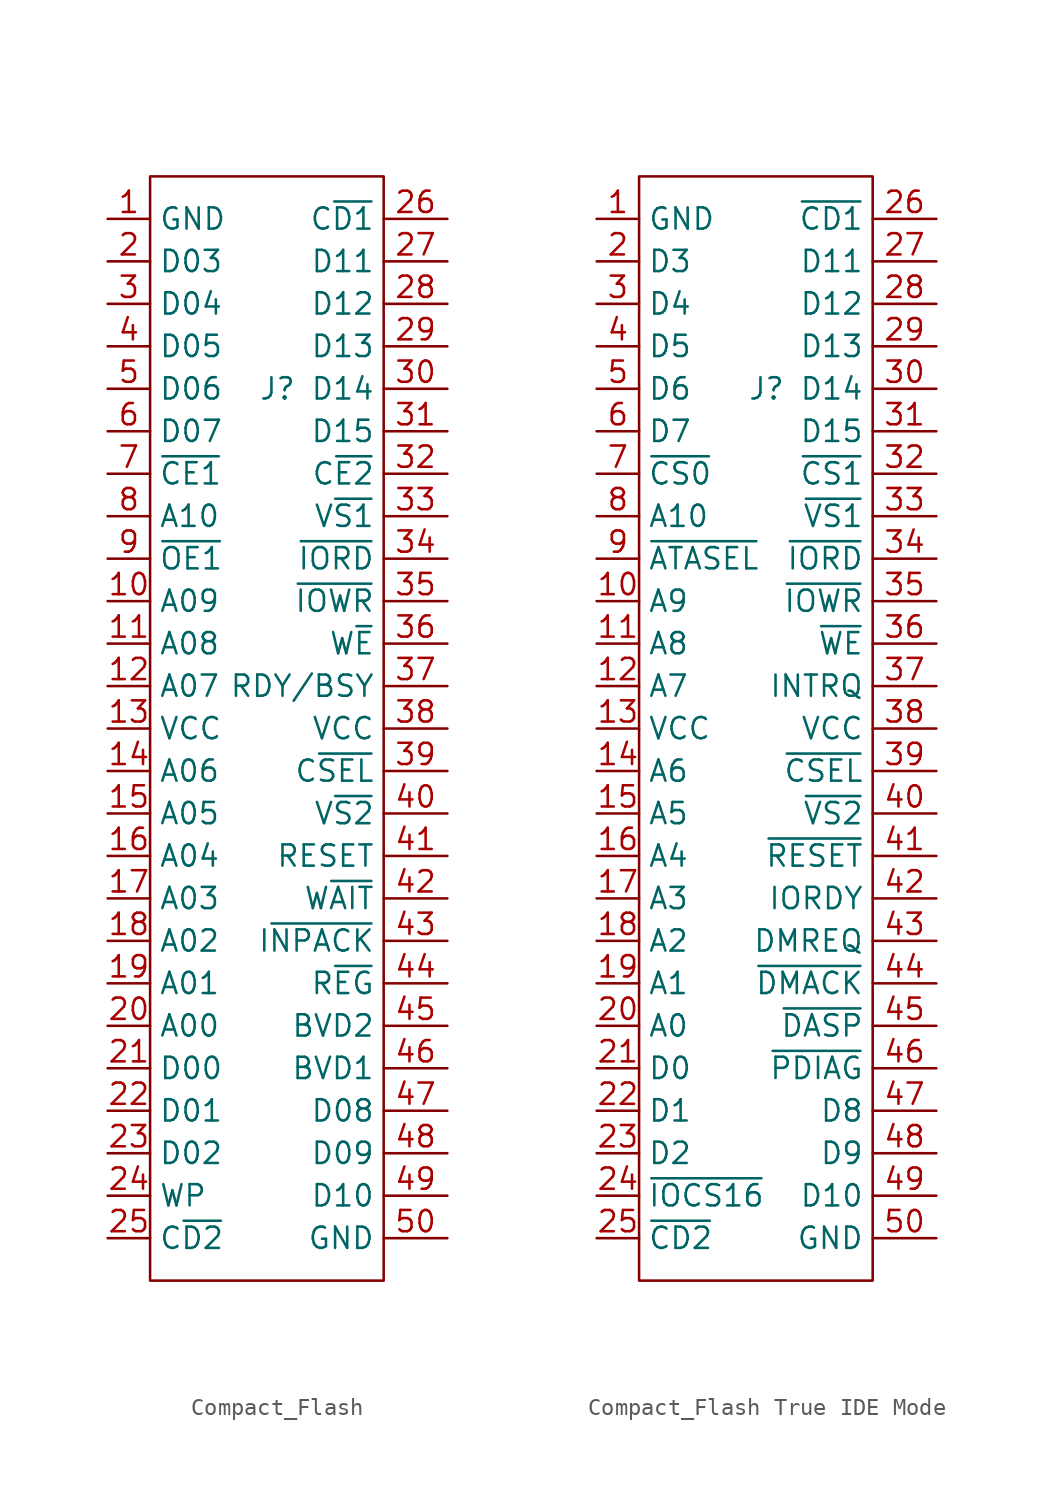
<source format=kicad_sym>
(kicad_symbol_lib
  (version 20231120)
  (generator "kicad_symbol_editor")
  (generator_version "8.0")
  (symbol "Compact_Flash"
    (property "Reference" "J"
      (at 0 19.05 0)
      (effects (font (size 1.27 1.27))))
    (property "Value" ""
      (at 0 19.05 0)
      (effects (font (size 1.27 1.27))))
    (symbol "Compact_Flash_0_1"
      (rectangle (start -7.62 31.75) (end 6.35 -34.29) (stroke (width 0) (type default)) (fill (type none))))
    (symbol "Compact_Flash_1_1"
      (pin power_in line (at -10.16 29.21 0) (length 2.54) (name "GND" (effects (font (size 1.27 1.27)))) (number "1" (effects (font (size 1.27 1.27)))))
      (pin input line (at -10.16 6.35 0) (length 2.54) (name "A09" (effects (font (size 1.27 1.27)))) (number "10" (effects (font (size 1.27 1.27)))))
      (pin input line (at -10.16 3.81 0) (length 2.54) (name "A08" (effects (font (size 1.27 1.27)))) (number "11" (effects (font (size 1.27 1.27)))))
      (pin input line (at -10.16 1.27 0) (length 2.54) (name "A07" (effects (font (size 1.27 1.27)))) (number "12" (effects (font (size 1.27 1.27)))))
      (pin power_in line (at -10.16 -1.27 0) (length 2.54) (name "VCC" (effects (font (size 1.27 1.27)))) (number "13" (effects (font (size 1.27 1.27)))))
      (pin input line (at -10.16 -3.81 0) (length 2.54) (name "A06" (effects (font (size 1.27 1.27)))) (number "14" (effects (font (size 1.27 1.27)))))
      (pin input line (at -10.16 -6.35 0) (length 2.54) (name "A05" (effects (font (size 1.27 1.27)))) (number "15" (effects (font (size 1.27 1.27)))))
      (pin input line (at -10.16 -8.89 0) (length 2.54) (name "A04" (effects (font (size 1.27 1.27)))) (number "16" (effects (font (size 1.27 1.27)))))
      (pin input line (at -10.16 -11.43 0) (length 2.54) (name "A03" (effects (font (size 1.27 1.27)))) (number "17" (effects (font (size 1.27 1.27)))))
      (pin input line (at -10.16 -13.97 0) (length 2.54) (name "A02" (effects (font (size 1.27 1.27)))) (number "18" (effects (font (size 1.27 1.27)))))
      (pin input line (at -10.16 -16.51 0) (length 2.54) (name "A01" (effects (font (size 1.27 1.27)))) (number "19" (effects (font (size 1.27 1.27)))))
      (pin bidirectional line (at -10.16 26.67 0) (length 2.54) (name "D03" (effects (font (size 1.27 1.27)))) (number "2" (effects (font (size 1.27 1.27)))))
      (pin input line (at -10.16 -19.05 0) (length 2.54) (name "A00" (effects (font (size 1.27 1.27)))) (number "20" (effects (font (size 1.27 1.27)))))
      (pin bidirectional line (at -10.16 -21.59 0) (length 2.54) (name "D00" (effects (font (size 1.27 1.27)))) (number "21" (effects (font (size 1.27 1.27)))))
      (pin bidirectional line (at -10.16 -24.13 0) (length 2.54) (name "D01" (effects (font (size 1.27 1.27)))) (number "22" (effects (font (size 1.27 1.27)))))
      (pin bidirectional line (at -10.16 -26.67 0) (length 2.54) (name "D02" (effects (font (size 1.27 1.27)))) (number "23" (effects (font (size 1.27 1.27)))))
      (pin input line (at -10.16 -29.21 0) (length 2.54) (name "WP" (effects (font (size 1.27 1.27)))) (number "24" (effects (font (size 1.27 1.27)))))
      (pin input line (at -10.16 -31.75 0) (length 2.54) (name "C~{D2}" (effects (font (size 1.27 1.27)))) (number "25" (effects (font (size 1.27 1.27)))))
      (pin input line (at 10.16 29.21 180) (length 3.81) (name "C~{D1}" (effects (font (size 1.27 1.27)))) (number "26" (effects (font (size 1.27 1.27)))))
      (pin bidirectional line (at 10.16 26.67 180) (length 3.81) (name "D11" (effects (font (size 1.27 1.27)))) (number "27" (effects (font (size 1.27 1.27)))))
      (pin bidirectional line (at 10.16 24.13 180) (length 3.81) (name "D12" (effects (font (size 1.27 1.27)))) (number "28" (effects (font (size 1.27 1.27)))))
      (pin bidirectional line (at 10.16 21.59 180) (length 3.81) (name "D13" (effects (font (size 1.27 1.27)))) (number "29" (effects (font (size 1.27 1.27)))))
      (pin bidirectional line (at -10.16 24.13 0) (length 2.54) (name "D04" (effects (font (size 1.27 1.27)))) (number "3" (effects (font (size 1.27 1.27)))))
      (pin bidirectional line (at 10.16 19.05 180) (length 3.81) (name "D14" (effects (font (size 1.27 1.27)))) (number "30" (effects (font (size 1.27 1.27)))))
      (pin bidirectional line (at 10.16 16.51 180) (length 3.81) (name "D15" (effects (font (size 1.27 1.27)))) (number "31" (effects (font (size 1.27 1.27)))))
      (pin bidirectional line (at 10.16 13.97 180) (length 3.81) (name "C~{E2}" (effects (font (size 1.27 1.27)))) (number "32" (effects (font (size 1.27 1.27)))))
      (pin input line (at 10.16 11.43 180) (length 3.81) (name "V~{S1}" (effects (font (size 1.27 1.27)))) (number "33" (effects (font (size 1.27 1.27)))))
      (pin input line (at 10.16 8.89 180) (length 3.81) (name "~{IORD}" (effects (font (size 1.27 1.27)))) (number "34" (effects (font (size 1.27 1.27)))))
      (pin input line (at 10.16 6.35 180) (length 3.81) (name "~{IOWR}" (effects (font (size 1.27 1.27)))) (number "35" (effects (font (size 1.27 1.27)))))
      (pin input line (at 10.16 3.81 180) (length 3.81) (name "W~{E}" (effects (font (size 1.27 1.27)))) (number "36" (effects (font (size 1.27 1.27)))))
      (pin output line (at 10.16 1.27 180) (length 3.81) (name "RDY/BSY" (effects (font (size 1.27 1.27)))) (number "37" (effects (font (size 1.27 1.27)))))
      (pin power_in line (at 10.16 -1.27 180) (length 3.81) (name "VCC" (effects (font (size 1.27 1.27)))) (number "38" (effects (font (size 1.27 1.27)))))
      (pin input line (at 10.16 -3.81 180) (length 3.81) (name "C~{SEL}" (effects (font (size 1.27 1.27)))) (number "39" (effects (font (size 1.27 1.27)))))
      (pin bidirectional line (at -10.16 21.59 0) (length 2.54) (name "D05" (effects (font (size 1.27 1.27)))) (number "4" (effects (font (size 1.27 1.27)))))
      (pin input line (at 10.16 -6.35 180) (length 3.81) (name "V~{S2}" (effects (font (size 1.27 1.27)))) (number "40" (effects (font (size 1.27 1.27)))))
      (pin input line (at 10.16 -8.89 180) (length 3.81) (name "RESET" (effects (font (size 1.27 1.27)))) (number "41" (effects (font (size 1.27 1.27)))))
      (pin input line (at 10.16 -11.43 180) (length 3.81) (name "W~{AIT}" (effects (font (size 1.27 1.27)))) (number "42" (effects (font (size 1.27 1.27)))))
      (pin input line (at 10.16 -13.97 180) (length 3.81) (name "I~{NPACK}" (effects (font (size 1.27 1.27)))) (number "43" (effects (font (size 1.27 1.27)))))
      (pin input line (at 10.16 -16.51 180) (length 3.81) (name "R~{EG}" (effects (font (size 1.27 1.27)))) (number "44" (effects (font (size 1.27 1.27)))))
      (pin input line (at 10.16 -19.05 180) (length 3.81) (name "BVD2" (effects (font (size 1.27 1.27)))) (number "45" (effects (font (size 1.27 1.27)))))
      (pin input line (at 10.16 -21.59 180) (length 3.81) (name "BVD1" (effects (font (size 1.27 1.27)))) (number "46" (effects (font (size 1.27 1.27)))))
      (pin bidirectional line (at 10.16 -24.13 180) (length 3.81) (name "D08" (effects (font (size 1.27 1.27)))) (number "47" (effects (font (size 1.27 1.27)))))
      (pin bidirectional line (at 10.16 -26.67 180) (length 3.81) (name "D09" (effects (font (size 1.27 1.27)))) (number "48" (effects (font (size 1.27 1.27)))))
      (pin bidirectional line (at 10.16 -29.21 180) (length 3.81) (name "D10" (effects (font (size 1.27 1.27)))) (number "49" (effects (font (size 1.27 1.27)))))
      (pin bidirectional line (at -10.16 19.05 0) (length 2.54) (name "D06" (effects (font (size 1.27 1.27)))) (number "5" (effects (font (size 1.27 1.27)))))
      (pin power_in line (at 10.16 -31.75 180) (length 3.81) (name "GND" (effects (font (size 1.27 1.27)))) (number "50" (effects (font (size 1.27 1.27)))))
      (pin bidirectional line (at -10.16 16.51 0) (length 2.54) (name "D07" (effects (font (size 1.27 1.27)))) (number "6" (effects (font (size 1.27 1.27)))))
      (pin input line (at -10.16 13.97 0) (length 2.54) (name "~{CE1}" (effects (font (size 1.27 1.27)))) (number "7" (effects (font (size 1.27 1.27)))))
      (pin input line (at -10.16 11.43 0) (length 2.54) (name "A10" (effects (font (size 1.27 1.27)))) (number "8" (effects (font (size 1.27 1.27)))))
      (pin input line (at -10.16 8.89 0) (length 2.54) (name "~{OE1}" (effects (font (size 1.27 1.27)))) (number "9" (effects (font (size 1.27 1.27)))))))
  (symbol "Compact_Flash True IDE Mode"
    (property "Reference" "J"
      (at 0 19.05 0)
      (effects (font (size 1.27 1.27))))
    (property "Value" ""
      (at 0 19.05 0)
      (effects (font (size 1.27 1.27))))
    (symbol "Compact_Flash True IDE Mode_0_1"
      (rectangle (start -7.62 31.75) (end 6.35 -34.29) (stroke (width 0) (type default)) (fill (type none))))
    (symbol "Compact_Flash True IDE Mode_1_1"
      (pin power_in line (at -10.16 29.21 0) (length 2.54) (name "GND" (effects (font (size 1.27 1.27)))) (number "1" (effects (font (size 1.27 1.27)))))
      (pin input line (at -10.16 6.35 0) (length 2.54) (name "A9" (effects (font (size 1.27 1.27)))) (number "10" (effects (font (size 1.27 1.27)))))
      (pin input line (at -10.16 3.81 0) (length 2.54) (name "A8" (effects (font (size 1.27 1.27)))) (number "11" (effects (font (size 1.27 1.27)))))
      (pin input line (at -10.16 1.27 0) (length 2.54) (name "A7" (effects (font (size 1.27 1.27)))) (number "12" (effects (font (size 1.27 1.27)))))
      (pin power_in line (at -10.16 -1.27 0) (length 2.54) (name "VCC" (effects (font (size 1.27 1.27)))) (number "13" (effects (font (size 1.27 1.27)))))
      (pin input line (at -10.16 -3.81 0) (length 2.54) (name "A6" (effects (font (size 1.27 1.27)))) (number "14" (effects (font (size 1.27 1.27)))))
      (pin input line (at -10.16 -6.35 0) (length 2.54) (name "A5" (effects (font (size 1.27 1.27)))) (number "15" (effects (font (size 1.27 1.27)))))
      (pin input line (at -10.16 -8.89 0) (length 2.54) (name "A4" (effects (font (size 1.27 1.27)))) (number "16" (effects (font (size 1.27 1.27)))))
      (pin input line (at -10.16 -11.43 0) (length 2.54) (name "A3" (effects (font (size 1.27 1.27)))) (number "17" (effects (font (size 1.27 1.27)))))
      (pin input line (at -10.16 -13.97 0) (length 2.54) (name "A2" (effects (font (size 1.27 1.27)))) (number "18" (effects (font (size 1.27 1.27)))))
      (pin input line (at -10.16 -16.51 0) (length 2.54) (name "A1" (effects (font (size 1.27 1.27)))) (number "19" (effects (font (size 1.27 1.27)))))
      (pin bidirectional line (at -10.16 26.67 0) (length 2.54) (name "D3" (effects (font (size 1.27 1.27)))) (number "2" (effects (font (size 1.27 1.27)))))
      (pin input line (at -10.16 -19.05 0) (length 2.54) (name "A0" (effects (font (size 1.27 1.27)))) (number "20" (effects (font (size 1.27 1.27)))))
      (pin bidirectional line (at -10.16 -21.59 0) (length 2.54) (name "D0" (effects (font (size 1.27 1.27)))) (number "21" (effects (font (size 1.27 1.27)))))
      (pin bidirectional line (at -10.16 -24.13 0) (length 2.54) (name "D1" (effects (font (size 1.27 1.27)))) (number "22" (effects (font (size 1.27 1.27)))))
      (pin bidirectional line (at -10.16 -26.67 0) (length 2.54) (name "D2" (effects (font (size 1.27 1.27)))) (number "23" (effects (font (size 1.27 1.27)))))
      (pin input line (at -10.16 -29.21 0) (length 2.54) (name "~{IOCS16}" (effects (font (size 1.27 1.27)))) (number "24" (effects (font (size 1.27 1.27)))))
      (pin input line (at -10.16 -31.75 0) (length 2.54) (name "~{CD2}" (effects (font (size 1.27 1.27)))) (number "25" (effects (font (size 1.27 1.27)))))
      (pin input line (at 10.16 29.21 180) (length 3.81) (name "~{CD1}" (effects (font (size 1.27 1.27)))) (number "26" (effects (font (size 1.27 1.27)))))
      (pin bidirectional line (at 10.16 26.67 180) (length 3.81) (name "D11" (effects (font (size 1.27 1.27)))) (number "27" (effects (font (size 1.27 1.27)))))
      (pin bidirectional line (at 10.16 24.13 180) (length 3.81) (name "D12" (effects (font (size 1.27 1.27)))) (number "28" (effects (font (size 1.27 1.27)))))
      (pin bidirectional line (at 10.16 21.59 180) (length 3.81) (name "D13" (effects (font (size 1.27 1.27)))) (number "29" (effects (font (size 1.27 1.27)))))
      (pin bidirectional line (at -10.16 24.13 0) (length 2.54) (name "D4" (effects (font (size 1.27 1.27)))) (number "3" (effects (font (size 1.27 1.27)))))
      (pin bidirectional line (at 10.16 19.05 180) (length 3.81) (name "D14" (effects (font (size 1.27 1.27)))) (number "30" (effects (font (size 1.27 1.27)))))
      (pin bidirectional line (at 10.16 16.51 180) (length 3.81) (name "D15" (effects (font (size 1.27 1.27)))) (number "31" (effects (font (size 1.27 1.27)))))
      (pin bidirectional line (at 10.16 13.97 180) (length 3.81) (name "~{CS1}" (effects (font (size 1.27 1.27)))) (number "32" (effects (font (size 1.27 1.27)))))
      (pin output line (at 10.16 11.43 180) (length 3.81) (name "~{VS1}" (effects (font (size 1.27 1.27)))) (number "33" (effects (font (size 1.27 1.27)))))
      (pin input line (at 10.16 8.89 180) (length 3.81) (name "~{IORD}" (effects (font (size 1.27 1.27)))) (number "34" (effects (font (size 1.27 1.27)))))
      (pin input line (at 10.16 6.35 180) (length 3.81) (name "~{IOWR}" (effects (font (size 1.27 1.27)))) (number "35" (effects (font (size 1.27 1.27)))))
      (pin input line (at 10.16 3.81 180) (length 3.81) (name "~{WE}" (effects (font (size 1.27 1.27)))) (number "36" (effects (font (size 1.27 1.27)))))
      (pin open_collector line (at 10.16 1.27 180) (length 3.81) (name "INTRQ" (effects (font (size 1.27 1.27)))) (number "37" (effects (font (size 1.27 1.27)))))
      (pin power_in line (at 10.16 -1.27 180) (length 3.81) (name "VCC" (effects (font (size 1.27 1.27)))) (number "38" (effects (font (size 1.27 1.27)))))
      (pin input line (at 10.16 -3.81 180) (length 3.81) (name "~{CSEL}" (effects (font (size 1.27 1.27)))) (number "39" (effects (font (size 1.27 1.27)))))
      (pin bidirectional line (at -10.16 21.59 0) (length 2.54) (name "D5" (effects (font (size 1.27 1.27)))) (number "4" (effects (font (size 1.27 1.27)))))
      (pin output line (at 10.16 -6.35 180) (length 3.81) (name "~{VS2}" (effects (font (size 1.27 1.27)))) (number "40" (effects (font (size 1.27 1.27)))))
      (pin input line (at 10.16 -8.89 180) (length 3.81) (name "~{RESET}" (effects (font (size 1.27 1.27)))) (number "41" (effects (font (size 1.27 1.27)))))
      (pin input line (at 10.16 -11.43 180) (length 3.81) (name "IORDY" (effects (font (size 1.27 1.27)))) (number "42" (effects (font (size 1.27 1.27)))))
      (pin output line (at 10.16 -13.97 180) (length 3.81) (name "DMREQ" (effects (font (size 1.27 1.27)))) (number "43" (effects (font (size 1.27 1.27)))))
      (pin input line (at 10.16 -16.51 180) (length 3.81) (name "~{DMACK}" (effects (font (size 1.27 1.27)))) (number "44" (effects (font (size 1.27 1.27)))))
      (pin bidirectional line (at 10.16 -19.05 180) (length 3.81) (name "~{DASP}" (effects (font (size 1.27 1.27)))) (number "45" (effects (font (size 1.27 1.27)))))
      (pin bidirectional line (at 10.16 -21.59 180) (length 3.81) (name "~{PDIAG}" (effects (font (size 1.27 1.27)))) (number "46" (effects (font (size 1.27 1.27)))))
      (pin bidirectional line (at 10.16 -24.13 180) (length 3.81) (name "D8" (effects (font (size 1.27 1.27)))) (number "47" (effects (font (size 1.27 1.27)))))
      (pin bidirectional line (at 10.16 -26.67 180) (length 3.81) (name "D9" (effects (font (size 1.27 1.27)))) (number "48" (effects (font (size 1.27 1.27)))))
      (pin bidirectional line (at 10.16 -29.21 180) (length 3.81) (name "D10" (effects (font (size 1.27 1.27)))) (number "49" (effects (font (size 1.27 1.27)))))
      (pin bidirectional line (at -10.16 19.05 0) (length 2.54) (name "D6" (effects (font (size 1.27 1.27)))) (number "5" (effects (font (size 1.27 1.27)))))
      (pin power_in line (at 10.16 -31.75 180) (length 3.81) (name "GND" (effects (font (size 1.27 1.27)))) (number "50" (effects (font (size 1.27 1.27)))))
      (pin bidirectional line (at -10.16 16.51 0) (length 2.54) (name "D7" (effects (font (size 1.27 1.27)))) (number "6" (effects (font (size 1.27 1.27)))))
      (pin input line (at -10.16 13.97 0) (length 2.54) (name "~{CS0}" (effects (font (size 1.27 1.27)))) (number "7" (effects (font (size 1.27 1.27)))))
      (pin input line (at -10.16 11.43 0) (length 2.54) (name "A10" (effects (font (size 1.27 1.27)))) (number "8" (effects (font (size 1.27 1.27)))))
      (pin input line (at -10.16 8.89 0) (length 2.54) (name "~{ATASEL}" (effects (font (size 1.27 1.27)))) (number "9" (effects (font (size 1.27 1.27))))))))
</source>
